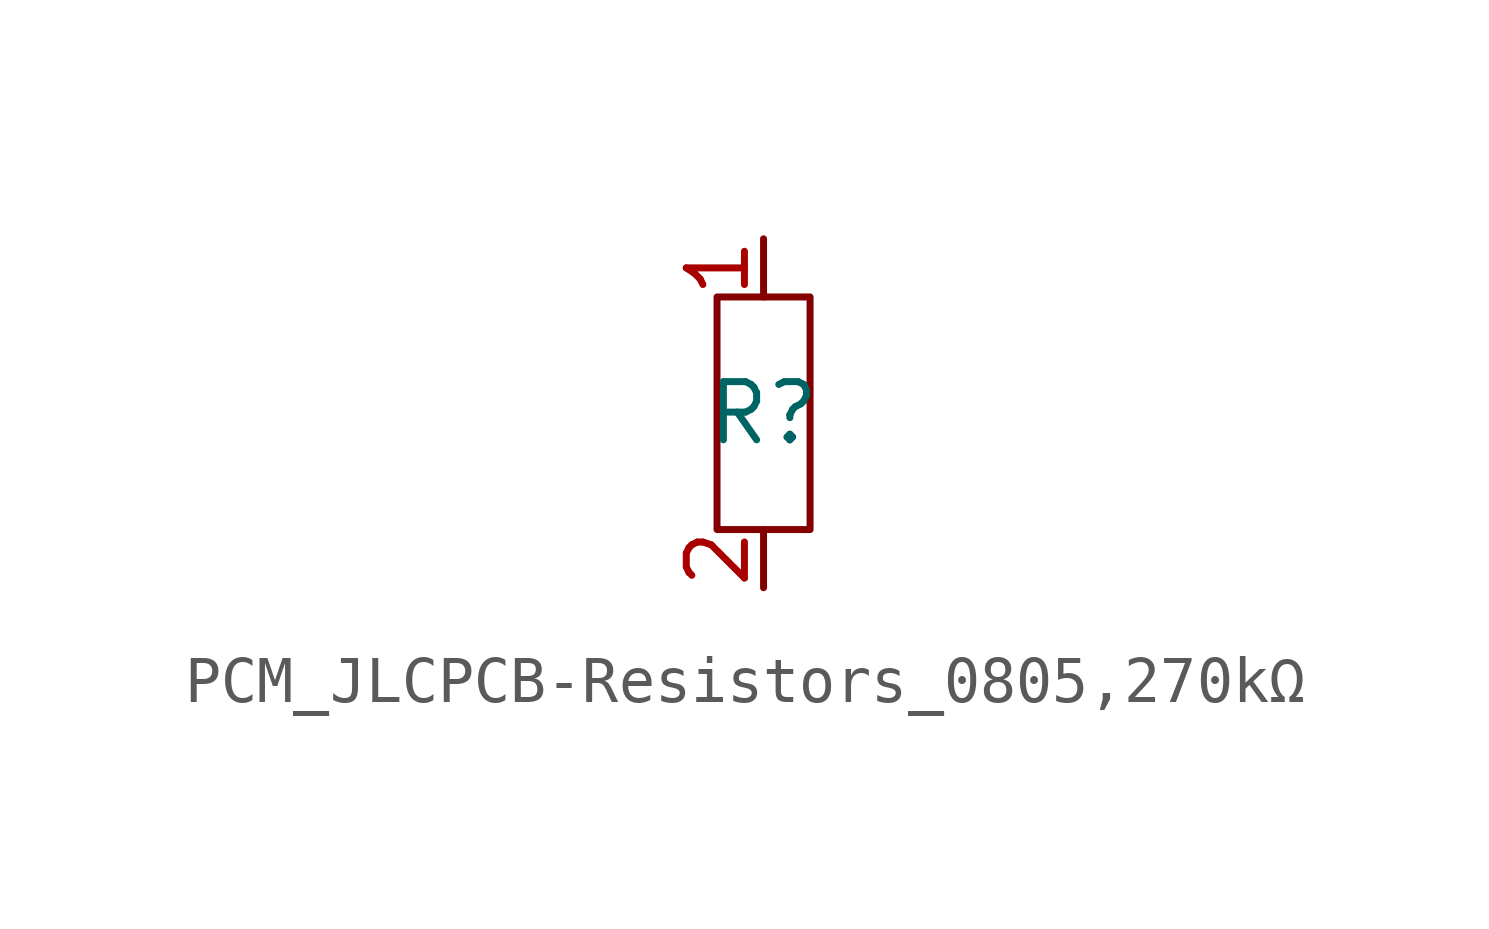
<source format=kicad_sym>
(kicad_symbol_lib
  (version 20241209)
  (generator "kicad_symbol_editor")
  (generator_version "9.0")
  (symbol "PCM_JLCPCB-Resistors_0805,270kΩ"
    (property "Reference" "R"
      (at 0 0 0)
      (effects (font (size 1.27 1.27))))
    (symbol "PCM_JLCPCB-Resistors_0805,270kΩ_1_0"
      (rectangle (start -1.016 2.54) (end 1.016 -2.54) (stroke (width 0) (type default)) (fill (type none)))
      (pin unspecified line (at 0 3.81 270) (length 1.27) (name "~" (effects (font (size 1.27 1.27)))) (number "1" (effects (font (size 1.27 1.27)))))
      (pin unspecified line (at 0 -3.81 90) (length 1.27) (name "~" (effects (font (size 1.27 1.27)))) (number "2" (effects (font (size 1.27 1.27))))))))
</source>
